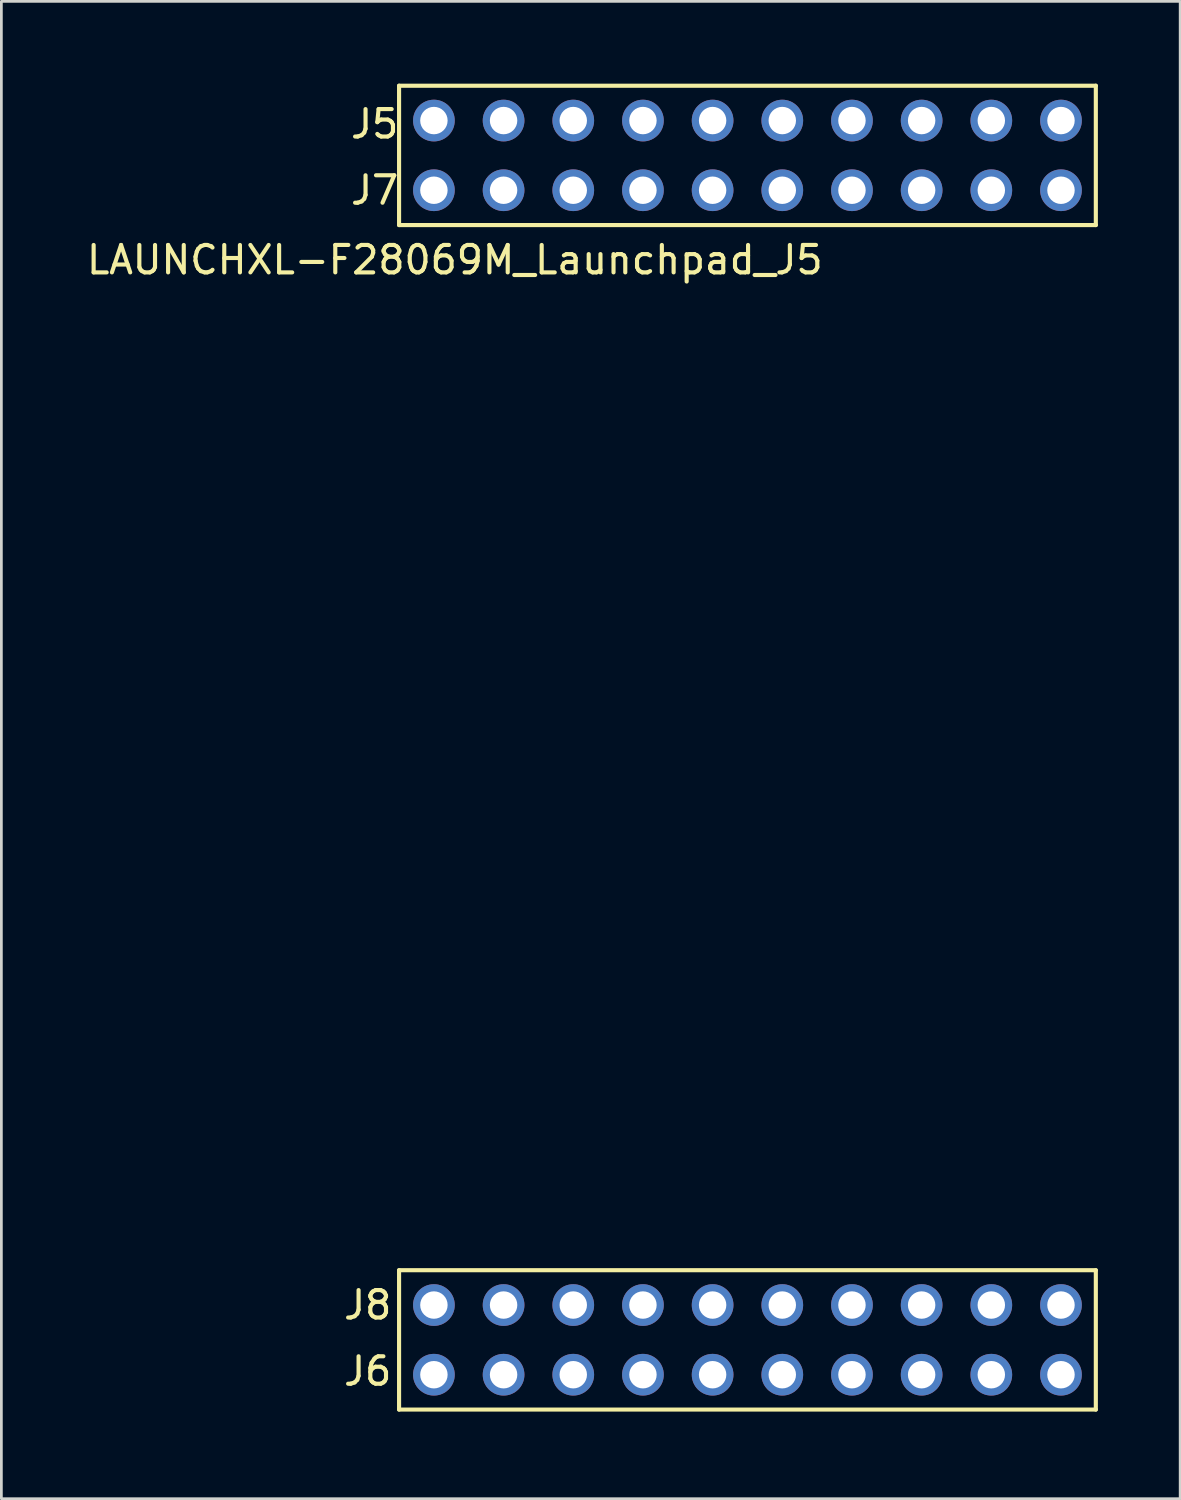
<source format=kicad_pcb>
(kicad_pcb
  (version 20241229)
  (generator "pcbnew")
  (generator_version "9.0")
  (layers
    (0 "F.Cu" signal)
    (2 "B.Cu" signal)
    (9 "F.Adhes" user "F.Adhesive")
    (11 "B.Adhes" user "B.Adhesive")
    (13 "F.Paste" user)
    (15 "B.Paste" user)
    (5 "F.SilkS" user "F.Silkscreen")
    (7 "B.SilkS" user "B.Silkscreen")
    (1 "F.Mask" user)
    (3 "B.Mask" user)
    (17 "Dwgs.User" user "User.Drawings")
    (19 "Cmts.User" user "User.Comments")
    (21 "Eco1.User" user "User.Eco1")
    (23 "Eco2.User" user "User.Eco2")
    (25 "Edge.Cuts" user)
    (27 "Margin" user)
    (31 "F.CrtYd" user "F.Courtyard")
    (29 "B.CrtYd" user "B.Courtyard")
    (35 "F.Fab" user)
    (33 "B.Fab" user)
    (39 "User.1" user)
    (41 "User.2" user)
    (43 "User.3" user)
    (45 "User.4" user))
  (footprint "LAUNCHXL-F28069M_Launchpad_J5"
    (layer "F.Cu")
    (at 11.498 48.335)
    (property "Reference" "LAUNCHXL-F28069M_Launchpad_J5" (at 2.032 -41.91 0) (layer "F.SilkS") (effects (font (size 1 1) (thickness 0.15))))
    (attr through_hole)
    (fp_line (start 0 -48.26) (end 0 -43.18) (stroke (width 0.15) (type solid)) (layer "F.SilkS"))
    (fp_line (start 0 -43.18) (end 25.4 -43.18) (stroke (width 0.15) (type solid)) (layer "F.SilkS"))
    (fp_line (start 0 -5.08) (end 0 0) (stroke (width 0.15) (type solid)) (layer "F.SilkS"))
    (fp_line (start 0 0) (end 25.4 0) (stroke (width 0.15) (type solid)) (layer "F.SilkS"))
    (fp_line (start 25.4 -48.26) (end 0 -48.26) (stroke (width 0.15) (type solid)) (layer "F.SilkS"))
    (fp_line (start 25.4 -43.18) (end 25.4 -48.26) (stroke (width 0.15) (type solid)) (layer "F.SilkS"))
    (fp_line (start 25.4 -5.08) (end 0 -5.08) (stroke (width 0.15) (type solid)) (layer "F.SilkS"))
    (fp_line (start 25.4 0) (end 25.4 -5.08) (stroke (width 0.15) (type solid)) (layer "F.SilkS"))
    (fp_text user "J6" (at -1.143 -1.397 0) (layer "F.SilkS") (effects (font (size 1 1) (thickness 0.15))))
    (fp_text user "J8" (at -1.143 -3.81 0) (layer "F.SilkS") (effects (font (size 1 1) (thickness 0.15))))
    (fp_text user "J7" (at -0.889 -44.45 0) (layer "F.SilkS") (effects (font (size 1 1) (thickness 0.15))))
    (fp_text user "J5" (at -0.889 -46.863 0) (layer "F.SilkS") (effects (font (size 1 1) (thickness 0.15))))
    (pad "+3V3" thru_hole circle (at 24.13 -46.99) (size 1.52 1.52) (drill 1) (layers "*.Cu" "*.Mask" "F.Paste"))
    (pad "+5V" thru_hole circle (at 24.13 -44.45) (size 1.52 1.52) (drill 1) (layers "*.Cu" "*.Mask" "F.Paste"))
    (pad "A_A3" thru_hole circle (at 8.89 -44.45) (size 1.52 1.52) (drill 1) (layers "*.Cu" "*.Mask" "F.Paste"))
    (pad "A_A4" thru_hole circle (at 3.81 -44.45) (size 1.52 1.52) (drill 1) (layers "*.Cu" "*.Mask" "F.Paste"))
    (pad "A_A5" thru_hole circle (at 13.97 -44.45) (size 1.52 1.52) (drill 1) (layers "*.Cu" "*.Mask" "F.Paste"))
    (pad "A_B3" thru_hole circle (at 6.35 -44.45) (size 1.52 1.52) (drill 1) (layers "*.Cu" "*.Mask" "F.Paste"))
    (pad "A_B4" thru_hole circle (at 16.51 -44.45) (size 1.52 1.52) (drill 1) (layers "*.Cu" "*.Mask" "F.Paste"))
    (pad "A_B5" thru_hole circle (at 11.43 -44.45) (size 1.52 1.52) (drill 1) (layers "*.Cu" "*.Mask" "F.Paste"))
    (pad "A_B7" thru_hole circle (at 19.05 -44.45) (size 1.52 1.52) (drill 1) (layers "*.Cu" "*.Mask" "F.Paste"))
    (pad "DAC3" thru_hole circle (at 3.81 -3.81) (size 1.52 1.52) (drill 1) (layers "*.Cu" "*.Mask" "F.Paste"))
    (pad "DAC4" thru_hole circle (at 1.27 -3.81) (size 1.52 1.52) (drill 1) (layers "*.Cu" "*.Mask" "F.Paste"))
    (pad "GND" thru_hole circle (at 21.59 -44.45) (size 1.52 1.52) (drill 1) (layers "*.Cu" "*.Mask" "F.Paste"))
    (pad "GND" thru_hole circle (at 24.13 -1.27) (size 1.52 1.52) (drill 1) (layers "*.Cu" "*.Mask" "F.Paste"))
    (pad "NC" thru_hole circle (at 1.27 -44.45) (size 1.52 1.52) (drill 1) (layers "*.Cu" "*.Mask" "F.Paste"))
    (pad "NC" thru_hole circle (at 6.35 -3.81) (size 1.52 1.52) (drill 1) (layers "*.Cu" "*.Mask" "F.Paste"))
    (pad "NC" thru_hole circle (at 8.89 -3.81) (size 1.52 1.52) (drill 1) (layers "*.Cu" "*.Mask" "F.Paste"))
    (pad "NC" thru_hole circle (at 11.43 -46.99) (size 1.52 1.52) (drill 1) (layers "*.Cu" "*.Mask" "F.Paste"))
    (pad "NC" thru_hole circle (at 16.51 -1.27) (size 1.52 1.52) (drill 1) (layers "*.Cu" "*.Mask" "F.Paste"))
    (pad "NC" thru_hole circle (at 21.59 -46.99) (size 1.52 1.52) (drill 1) (layers "*.Cu" "*.Mask" "F.Paste"))
    (pad "P_6" thru_hole circle (at 24.13 -3.81) (size 1.52 1.52) (drill 1) (layers "*.Cu" "*.Mask" "F.Paste"))
    (pad "P_7" thru_hole circle (at 21.59 -3.81) (size 1.52 1.52) (drill 1) (layers "*.Cu" "*.Mask" "F.Paste"))
    (pad "P_8" thru_hole circle (at 19.05 -3.81) (size 1.52 1.52) (drill 1) (layers "*.Cu" "*.Mask" "F.Paste"))
    (pad "P_9" thru_hole circle (at 16.51 -3.81) (size 1.52 1.52) (drill 1) (layers "*.Cu" "*.Mask" "F.Paste"))
    (pad "P_10" thru_hole circle (at 13.97 -3.81) (size 1.52 1.52) (drill 1) (layers "*.Cu" "*.Mask" "F.Paste"))
    (pad "P_11" thru_hole circle (at 11.43 -3.81) (size 1.52 1.52) (drill 1) (layers "*.Cu" "*.Mask" "F.Paste"))
    (pad "P_14" thru_hole circle (at 8.89 -46.99) (size 1.52 1.52) (drill 1) (layers "*.Cu" "*.Mask" "F.Paste"))
    (pad "P_15" thru_hole circle (at 19.05 -46.99) (size 1.52 1.52) (drill 1) (layers "*.Cu" "*.Mask" "F.Paste"))
    (pad "P_20" thru_hole circle (at 13.97 -46.99) (size 1.52 1.52) (drill 1) (layers "*.Cu" "*.Mask" "F.Paste"))
    (pad "P_21" thru_hole circle (at 6.35 -46.99) (size 1.52 1.52) (drill 1) (layers "*.Cu" "*.Mask" "F.Paste"))
    (pad "P_23" thru_hole circle (at 3.81 -46.99) (size 1.52 1.52) (drill 1) (layers "*.Cu" "*.Mask" "F.Paste"))
    (pad "P_24" thru_hole circle (at 11.43 -1.27) (size 1.52 1.52) (drill 1) (layers "*.Cu" "*.Mask" "F.Paste"))
    (pad "P_25" thru_hole circle (at 8.89 -1.27) (size 1.52 1.52) (drill 1) (layers "*.Cu" "*.Mask" "F.Paste"))
    (pad "P_26" thru_hole circle (at 19.05 -1.27) (size 1.52 1.52) (drill 1) (layers "*.Cu" "*.Mask" "F.Paste"))
    (pad "P_27" thru_hole circle (at 21.59 -1.27) (size 1.52 1.52) (drill 1) (layers "*.Cu" "*.Mask" "F.Paste"))
    (pad "P_52" thru_hole circle (at 6.35 -1.27) (size 1.52 1.52) (drill 1) (layers "*.Cu" "*.Mask" "F.Paste"))
    (pad "P_53" thru_hole circle (at 3.81 -1.27) (size 1.52 1.52) (drill 1) (layers "*.Cu" "*.Mask" "F.Paste"))
    (pad "P_54" thru_hole circle (at 1.27 -46.99) (size 1.52 1.52) (drill 1) (layers "*.Cu" "*.Mask" "F.Paste"))
    (pad "P_56" thru_hole circle (at 1.27 -1.27) (size 1.52 1.52) (drill 1) (layers "*.Cu" "*.Mask" "F.Paste"))
    (pad "P_58" thru_hole circle (at 16.51 -46.99) (size 1.52 1.52) (drill 1) (layers "*.Cu" "*.Mask" "F.Paste"))
    (pad "Rese" thru_hole circle (at 13.97 -1.27) (size 1.52 1.52) (drill 1) (layers "*.Cu" "*.Mask" "F.Paste")))
  (gr_rect
    (start -3 -3)
    (end 39.973 51.585)
    (stroke (width 0.1) (type default))
    (fill no)
    (layer "Edge.Cuts")))
</source>
